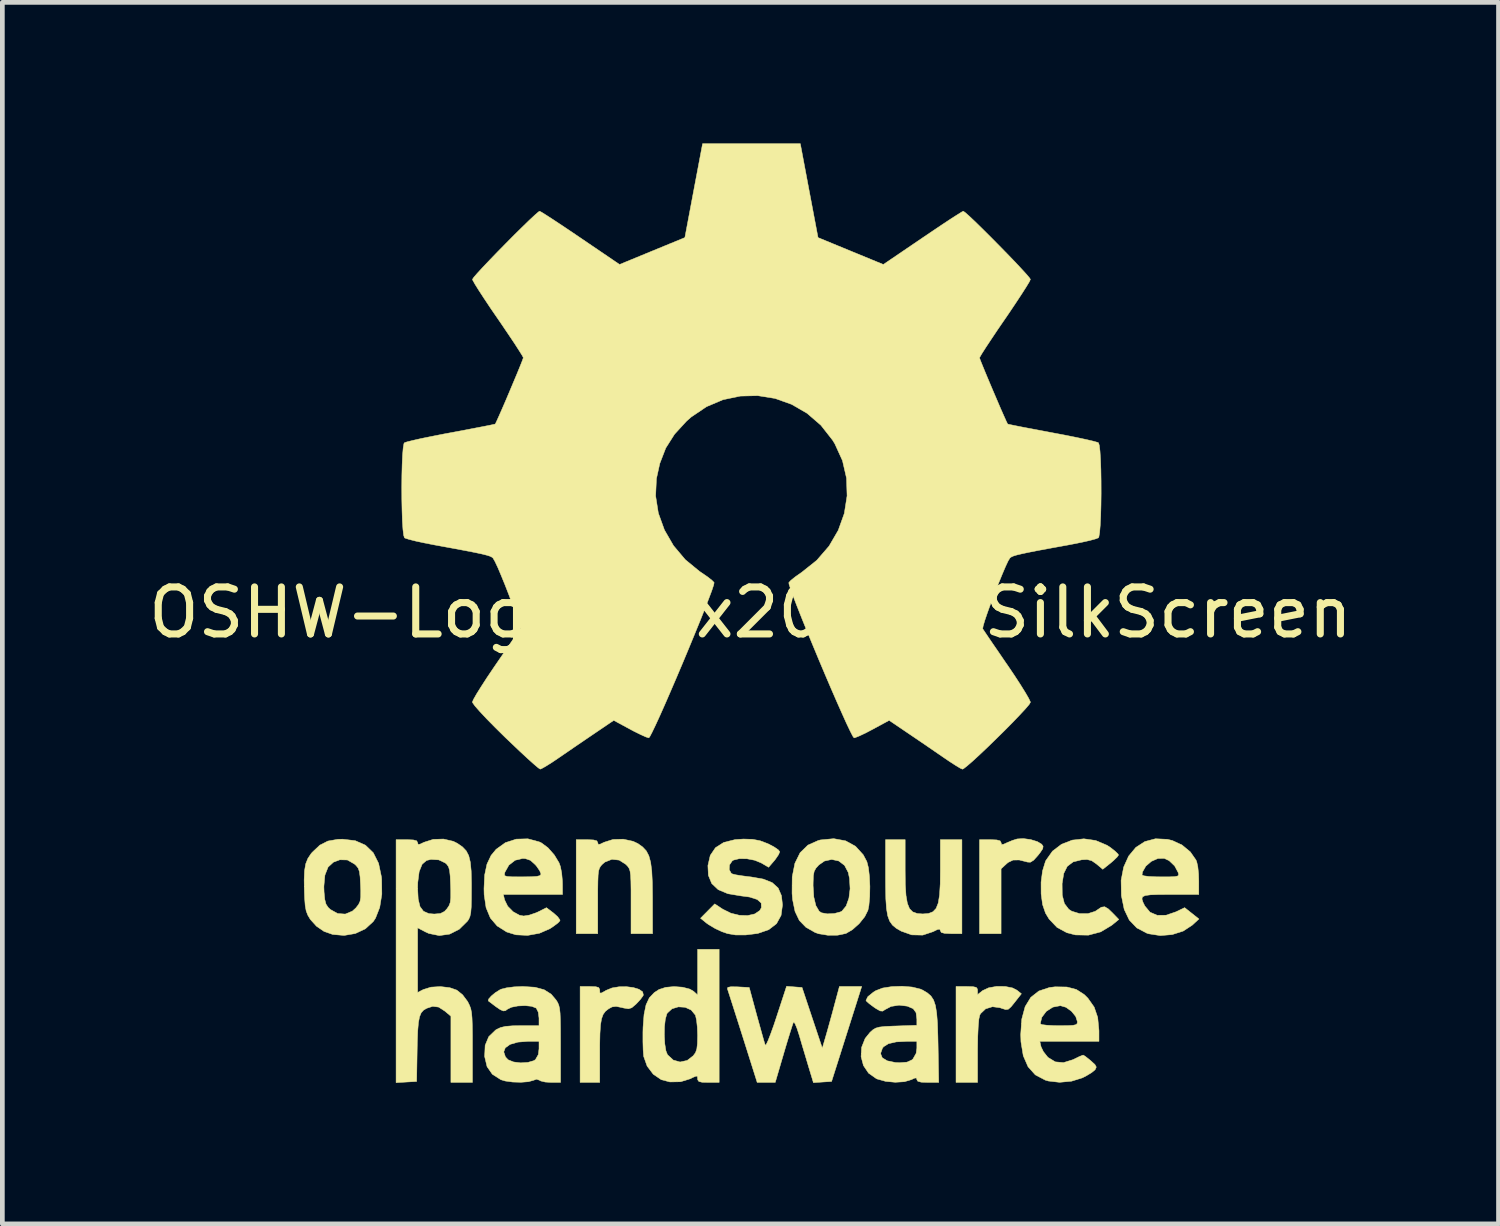
<source format=kicad_pcb>
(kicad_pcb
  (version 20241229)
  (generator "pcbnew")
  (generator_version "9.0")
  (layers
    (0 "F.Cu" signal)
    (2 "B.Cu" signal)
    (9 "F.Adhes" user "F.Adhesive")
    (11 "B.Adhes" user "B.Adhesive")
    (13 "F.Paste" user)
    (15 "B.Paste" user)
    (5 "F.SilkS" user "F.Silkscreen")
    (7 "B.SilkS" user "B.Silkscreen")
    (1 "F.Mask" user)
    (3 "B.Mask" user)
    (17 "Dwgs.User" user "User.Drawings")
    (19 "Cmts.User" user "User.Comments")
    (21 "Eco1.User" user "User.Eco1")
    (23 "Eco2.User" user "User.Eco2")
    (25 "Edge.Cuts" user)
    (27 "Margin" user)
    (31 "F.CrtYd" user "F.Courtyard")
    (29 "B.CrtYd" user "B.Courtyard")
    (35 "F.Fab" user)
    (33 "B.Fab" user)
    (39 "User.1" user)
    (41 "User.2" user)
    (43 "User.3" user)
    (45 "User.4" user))
  (footprint "OSHW-Logo_19x20mm_SilkScreen"
    (layer "F.Cu")
    (at 12.911 9.978)
    (property "Reference" "OSHW-Logo_19x20mm_SilkScreen" (at 0 0 0) (layer "F.SilkS") (effects (font (size 1 1) (thickness 0.15))))
    (attr board_only exclude_from_pos_files exclude_from_bom allow_missing_courtyard)
    (fp_poly (pts (xy 5.959 4.828) (xy 6.102 4.872) (xy 6.194 4.927) (xy 6.224 4.971) (xy 6.216 5.023) (xy 6.162 5.104) (xy 6.117 5.162) (xy 6.024 5.266) (xy 5.953 5.31) (xy 5.893 5.307) (xy 5.716 5.262) (xy 5.585 5.264) (xy 5.479 5.315) (xy 5.444 5.345) (xy 5.33 5.451) (xy 5.33 6.829) (xy 4.872 6.829) (xy 4.872 4.83) (xy 5.101 4.83) (xy 5.238 4.836) (xy 5.309 4.855) (xy 5.33 4.893) (xy 5.33 4.894) (xy 5.34 4.933) (xy 5.383 4.928) (xy 5.444 4.9) (xy 5.57 4.847) (xy 5.672 4.815) (xy 5.803 4.807) (xy 5.959 4.828)) (stroke (width 0.01) (type solid)) (fill yes) (layer "F.SilkS"))
    (fp_poly (pts (xy 5.415 7.952) (xy 5.575 7.984) (xy 5.666 8.031) (xy 5.762 8.108) (xy 5.626 8.281) (xy 5.542 8.385) (xy 5.485 8.436) (xy 5.428 8.444) (xy 5.345 8.418) (xy 5.306 8.404) (xy 5.147 8.383) (xy 5.001 8.428) (xy 4.895 8.529) (xy 4.877 8.562) (xy 4.858 8.647) (xy 4.844 8.805) (xy 4.834 9.023) (xy 4.83 9.291) (xy 4.83 9.329) (xy 4.83 9.993) (xy 4.372 9.993) (xy 4.372 7.953) (xy 4.601 7.953) (xy 4.733 7.957) (xy 4.802 7.972) (xy 4.827 8.007) (xy 4.83 8.039) (xy 4.83 8.126) (xy 4.94 8.039) (xy 5.066 7.981) (xy 5.235 7.951) (xy 5.415 7.952)) (stroke (width 0.01) (type solid)) (fill yes) (layer "F.SilkS"))
    (fp_poly (pts (xy -3.289 7.958) (xy -3.227 7.976) (xy -3.207 8.017) (xy -3.206 8.036) (xy -3.203 8.087) (xy -3.178 8.095) (xy -3.111 8.06) (xy -3.071 8.036) (xy -2.945 7.984) (xy -2.795 7.959) (xy -2.638 7.957) (xy -2.49 7.976) (xy -2.37 8.013) (xy -2.293 8.067) (xy -2.278 8.134) (xy -2.286 8.152) (xy -2.341 8.228) (xy -2.427 8.321) (xy -2.443 8.336) (xy -2.525 8.405) (xy -2.595 8.427) (xy -2.694 8.411) (xy -2.734 8.401) (xy -2.857 8.376) (xy -2.943 8.387) (xy -3.017 8.427) (xy -3.084 8.479) (xy -3.133 8.546) (xy -3.167 8.639) (xy -3.189 8.77) (xy -3.201 8.954) (xy -3.206 9.201) (xy -3.206 9.351) (xy -3.206 9.993) (xy -3.623 9.993) (xy -3.623 7.953) (xy -3.414 7.953) (xy -3.289 7.958)) (stroke (width 0.01) (type solid)) (fill yes) (layer "F.SilkS"))
    (fp_poly (pts (xy 3.29 5.478) (xy 3.293 5.784) (xy 3.308 6.016) (xy 3.337 6.184) (xy 3.383 6.298) (xy 3.452 6.367) (xy 3.547 6.401) (xy 3.664 6.41) (xy 3.787 6.4) (xy 3.88 6.364) (xy 3.948 6.293) (xy 3.994 6.177) (xy 4.022 6.005) (xy 4.036 5.77) (xy 4.039 5.478) (xy 4.039 4.83) (xy 4.497 4.83) (xy 4.497 6.829) (xy 4.268 6.829) (xy 4.13 6.823) (xy 4.059 6.804) (xy 4.039 6.766) (xy 4.027 6.733) (xy 3.979 6.74) (xy 3.883 6.787) (xy 3.664 6.86) (xy 3.43 6.855) (xy 3.207 6.776) (xy 3.1 6.714) (xy 3.019 6.646) (xy 2.96 6.562) (xy 2.919 6.449) (xy 2.893 6.296) (xy 2.879 6.09) (xy 2.874 5.82) (xy 2.873 5.612) (xy 2.873 4.83) (xy 3.29 4.83) (xy 3.29 5.478)) (stroke (width 0.01) (type solid)) (fill yes) (layer "F.SilkS"))
    (fp_poly (pts (xy -2.497 4.865) (xy -2.393 4.914) (xy -2.293 4.986) (xy -2.216 5.068) (xy -2.161 5.173) (xy -2.123 5.312) (xy -2.099 5.498) (xy -2.087 5.742) (xy -2.083 6.057) (xy -2.083 6.09) (xy -2.082 6.829) (xy -2.54 6.829) (xy -2.54 6.147) (xy -2.54 5.895) (xy -2.543 5.712) (xy -2.549 5.585) (xy -2.561 5.499) (xy -2.58 5.442) (xy -2.609 5.399) (xy -2.65 5.356) (xy -2.792 5.265) (xy -2.947 5.248) (xy -3.094 5.306) (xy -3.146 5.349) (xy -3.183 5.389) (xy -3.21 5.433) (xy -3.229 5.492) (xy -3.24 5.582) (xy -3.245 5.716) (xy -3.248 5.907) (xy -3.248 6.14) (xy -3.248 6.829) (xy -3.706 6.829) (xy -3.706 4.83) (xy -3.477 4.83) (xy -3.339 4.836) (xy -3.268 4.855) (xy -3.248 4.893) (xy -3.248 4.894) (xy -3.238 4.931) (xy -3.196 4.926) (xy -3.113 4.886) (xy -2.923 4.826) (xy -2.706 4.82) (xy -2.497 4.865)) (stroke (width 0.01) (type solid)) (fill yes) (layer "F.SilkS"))
    (fp_poly (pts (xy 7.342 4.848) (xy 7.584 4.95) (xy 7.66 5) (xy 7.757 5.077) (xy 7.818 5.137) (xy 7.828 5.157) (xy 7.798 5.2) (xy 7.722 5.274) (xy 7.661 5.326) (xy 7.493 5.46) (xy 7.361 5.349) (xy 7.258 5.277) (xy 7.159 5.252) (xy 7.044 5.258) (xy 6.863 5.303) (xy 6.738 5.397) (xy 6.663 5.548) (xy 6.628 5.766) (xy 6.628 5.766) (xy 6.631 6.01) (xy 6.677 6.189) (xy 6.77 6.311) (xy 6.833 6.352) (xy 7 6.403) (xy 7.178 6.403) (xy 7.333 6.354) (xy 7.37 6.329) (xy 7.462 6.267) (xy 7.534 6.257) (xy 7.612 6.303) (xy 7.698 6.386) (xy 7.834 6.527) (xy 7.683 6.651) (xy 7.45 6.791) (xy 7.187 6.861) (xy 6.912 6.856) (xy 6.731 6.81) (xy 6.52 6.696) (xy 6.351 6.518) (xy 6.275 6.392) (xy 6.213 6.211) (xy 6.182 5.982) (xy 6.181 5.734) (xy 6.212 5.495) (xy 6.273 5.296) (xy 6.282 5.275) (xy 6.424 5.074) (xy 6.616 4.928) (xy 6.843 4.84) (xy 7.091 4.812) (xy 7.342 4.848)) (stroke (width 0.01) (type solid)) (fill yes) (layer "F.SilkS"))
    (fp_poly (pts (xy 2.023 4.855) (xy 2.233 4.97) (xy 2.398 5.151) (xy 2.476 5.298) (xy 2.509 5.428) (xy 2.53 5.613) (xy 2.54 5.827) (xy 2.536 6.042) (xy 2.519 6.23) (xy 2.499 6.331) (xy 2.431 6.468) (xy 2.313 6.615) (xy 2.171 6.742) (xy 2.031 6.825) (xy 2.027 6.826) (xy 1.853 6.862) (xy 1.646 6.863) (xy 1.45 6.831) (xy 1.374 6.804) (xy 1.179 6.693) (xy 1.039 6.548) (xy 0.948 6.357) (xy 0.896 6.105) (xy 0.885 5.973) (xy 0.886 5.808) (xy 1.332 5.808) (xy 1.347 6.049) (xy 1.391 6.233) (xy 1.46 6.351) (xy 1.509 6.385) (xy 1.634 6.408) (xy 1.783 6.401) (xy 1.912 6.367) (xy 1.946 6.349) (xy 2.035 6.241) (xy 2.094 6.075) (xy 2.119 5.874) (xy 2.107 5.658) (xy 2.08 5.528) (xy 2.001 5.377) (xy 1.877 5.283) (xy 1.728 5.251) (xy 1.573 5.285) (xy 1.454 5.368) (xy 1.392 5.437) (xy 1.355 5.505) (xy 1.338 5.597) (xy 1.333 5.738) (xy 1.332 5.808) (xy 0.886 5.808) (xy 0.888 5.621) (xy 0.945 5.333) (xy 1.056 5.108) (xy 1.222 4.946) (xy 1.442 4.848) (xy 1.489 4.836) (xy 1.772 4.809) (xy 2.023 4.855)) (stroke (width 0.01) (type solid)) (fill yes) (layer "F.SilkS"))
    (fp_poly (pts (xy 1.097 7.974) (xy 1.312 8.619) (xy 1.528 9.265) (xy 1.595 9.036) (xy 1.636 8.894) (xy 1.689 8.703) (xy 1.747 8.493) (xy 1.777 8.38) (xy 1.892 7.953) (xy 2.366 7.953) (xy 2.224 8.401) (xy 2.154 8.621) (xy 2.07 8.886) (xy 1.982 9.163) (xy 1.904 9.41) (xy 1.725 9.973) (xy 1.532 9.985) (xy 1.339 9.998) (xy 1.234 9.652) (xy 1.17 9.437) (xy 1.099 9.201) (xy 1.038 8.992) (xy 1.035 8.983) (xy 0.989 8.842) (xy 0.949 8.745) (xy 0.92 8.708) (xy 0.914 8.713) (xy 0.894 8.769) (xy 0.855 8.891) (xy 0.802 9.061) (xy 0.74 9.266) (xy 0.707 9.379) (xy 0.527 9.993) (xy 0.143 9.993) (xy -0.163 9.025) (xy -0.249 8.754) (xy -0.328 8.507) (xy -0.395 8.297) (xy -0.447 8.135) (xy -0.48 8.033) (xy -0.49 8.003) (xy -0.482 7.972) (xy -0.419 7.959) (xy -0.289 7.96) (xy -0.268 7.961) (xy -0.026 7.974) (xy 0.132 8.557) (xy 0.191 8.769) (xy 0.243 8.956) (xy 0.284 9.101) (xy 0.31 9.188) (xy 0.315 9.202) (xy 0.335 9.186) (xy 0.375 9.102) (xy 0.43 8.961) (xy 0.497 8.775) (xy 0.553 8.607) (xy 0.768 7.949) (xy 1.097 7.974)) (stroke (width 0.01) (type solid)) (fill yes) (layer "F.SilkS"))
    (fp_poly (pts (xy -8.405 4.852) (xy -8.188 4.948) (xy -8.022 5.109) (xy -7.909 5.334) (xy -7.848 5.625) (xy -7.844 5.67) (xy -7.84 5.99) (xy -7.885 6.271) (xy -7.974 6.498) (xy -8.022 6.571) (xy -8.19 6.726) (xy -8.403 6.826) (xy -8.642 6.867) (xy -8.885 6.846) (xy -9.07 6.781) (xy -9.23 6.671) (xy -9.36 6.527) (xy -9.362 6.524) (xy -9.415 6.435) (xy -9.449 6.346) (xy -9.47 6.233) (xy -9.482 6.074) (xy -9.487 5.944) (xy -9.49 5.826) (xy -9.073 5.826) (xy -9.069 5.943) (xy -9.054 6.1) (xy -9.028 6.201) (xy -8.981 6.272) (xy -8.937 6.314) (xy -8.781 6.401) (xy -8.618 6.413) (xy -8.466 6.35) (xy -8.39 6.28) (xy -8.335 6.209) (xy -8.303 6.141) (xy -8.289 6.052) (xy -8.288 5.919) (xy -8.293 5.797) (xy -8.302 5.623) (xy -8.317 5.51) (xy -8.343 5.436) (xy -8.388 5.379) (xy -8.424 5.347) (xy -8.573 5.262) (xy -8.733 5.258) (xy -8.868 5.308) (xy -8.983 5.413) (xy -9.051 5.585) (xy -9.073 5.826) (xy -9.49 5.826) (xy -9.492 5.685) (xy -9.484 5.491) (xy -9.459 5.345) (xy -9.413 5.23) (xy -9.345 5.128) (xy -9.319 5.098) (xy -9.159 4.947) (xy -8.988 4.86) (xy -8.778 4.823) (xy -8.676 4.82) (xy -8.405 4.852)) (stroke (width 0.01) (type solid)) (fill yes) (layer "F.SilkS"))
    (fp_poly (pts (xy -0.666 9.993) (xy -0.895 9.993) (xy -1.028 9.99) (xy -1.097 9.973) (xy -1.122 9.938) (xy -1.124 9.915) (xy -1.128 9.867) (xy -1.155 9.858) (xy -1.225 9.887) (xy -1.279 9.915) (xy -1.487 9.979) (xy -1.713 9.983) (xy -1.897 9.935) (xy -2.068 9.818) (xy -2.198 9.646) (xy -2.27 9.443) (xy -2.272 9.431) (xy -2.282 9.307) (xy -2.287 9.129) (xy -2.287 8.994) (xy -1.832 8.994) (xy -1.822 9.173) (xy -1.798 9.321) (xy -1.765 9.404) (xy -1.642 9.518) (xy -1.497 9.559) (xy -1.346 9.526) (xy -1.218 9.427) (xy -1.169 9.361) (xy -1.141 9.282) (xy -1.128 9.167) (xy -1.124 8.994) (xy -1.13 8.822) (xy -1.146 8.672) (xy -1.168 8.571) (xy -1.171 8.562) (xy -1.26 8.454) (xy -1.389 8.395) (xy -1.534 8.386) (xy -1.669 8.427) (xy -1.769 8.519) (xy -1.779 8.537) (xy -1.811 8.65) (xy -1.829 8.811) (xy -1.832 8.994) (xy -2.287 8.994) (xy -2.287 8.926) (xy -2.284 8.817) (xy -2.263 8.547) (xy -2.221 8.344) (xy -2.151 8.194) (xy -2.046 8.083) (xy -1.945 8.017) (xy -1.803 7.971) (xy -1.626 7.955) (xy -1.445 7.968) (xy -1.291 8.008) (xy -1.209 8.056) (xy -1.124 8.133) (xy -1.124 7.162) (xy -0.666 7.162) (xy -0.666 9.993)) (stroke (width 0.01) (type solid)) (fill yes) (layer "F.SilkS"))
    (fp_poly (pts (xy 8.868 4.823) (xy 8.974 4.849) (xy 9.179 4.944) (xy 9.354 5.089) (xy 9.475 5.262) (xy 9.491 5.301) (xy 9.514 5.403) (xy 9.53 5.555) (xy 9.535 5.707) (xy 9.535 5.996) (xy 8.932 5.996) (xy 8.683 5.997) (xy 8.507 6.003) (xy 8.396 6.018) (xy 8.338 6.046) (xy 8.326 6.092) (xy 8.348 6.16) (xy 8.387 6.24) (xy 8.498 6.373) (xy 8.651 6.439) (xy 8.838 6.437) (xy 9.05 6.365) (xy 9.234 6.276) (xy 9.386 6.396) (xy 9.538 6.517) (xy 9.395 6.649) (xy 9.204 6.774) (xy 8.969 6.849) (xy 8.716 6.87) (xy 8.471 6.832) (xy 8.432 6.82) (xy 8.217 6.707) (xy 8.057 6.54) (xy 7.949 6.313) (xy 7.889 6.02) (xy 7.889 6.014) (xy 7.883 5.695) (xy 7.905 5.582) (xy 8.328 5.582) (xy 8.367 5.599) (xy 8.472 5.613) (xy 8.628 5.62) (xy 8.726 5.621) (xy 8.91 5.621) (xy 9.025 5.616) (xy 9.085 5.604) (xy 9.106 5.581) (xy 9.101 5.542) (xy 9.096 5.528) (xy 9.022 5.389) (xy 8.905 5.277) (xy 8.801 5.228) (xy 8.664 5.231) (xy 8.525 5.292) (xy 8.408 5.394) (xy 8.338 5.517) (xy 8.328 5.582) (xy 7.905 5.582) (xy 7.937 5.415) (xy 8.043 5.18) (xy 8.195 4.996) (xy 8.387 4.871) (xy 8.614 4.811) (xy 8.868 4.823)) (stroke (width 0.01) (type solid)) (fill yes) (layer "F.SilkS"))
    (fp_poly (pts (xy 0.046 4.823) (xy 0.204 4.853) (xy 0.368 4.915) (xy 0.385 4.923) (xy 0.509 4.989) (xy 0.595 5.049) (xy 0.623 5.088) (xy 0.596 5.151) (xy 0.532 5.245) (xy 0.504 5.28) (xy 0.386 5.417) (xy 0.235 5.328) (xy 0.091 5.268) (xy -0.076 5.236) (xy -0.236 5.234) (xy -0.359 5.264) (xy -0.389 5.283) (xy -0.446 5.368) (xy -0.452 5.467) (xy -0.41 5.544) (xy -0.385 5.559) (xy -0.31 5.578) (xy -0.178 5.599) (xy -0.016 5.62) (xy 0.014 5.623) (xy 0.275 5.669) (xy 0.464 5.745) (xy 0.59 5.86) (xy 0.659 6.021) (xy 0.681 6.218) (xy 0.651 6.441) (xy 0.554 6.617) (xy 0.388 6.745) (xy 0.155 6.825) (xy -0.104 6.857) (xy -0.315 6.857) (xy -0.487 6.828) (xy -0.604 6.788) (xy -0.752 6.719) (xy -0.888 6.638) (xy -0.937 6.603) (xy -1.062 6.501) (xy -0.76 6.196) (xy -0.589 6.309) (xy -0.417 6.394) (xy -0.234 6.439) (xy -0.058 6.444) (xy 0.093 6.409) (xy 0.199 6.337) (xy 0.233 6.275) (xy 0.228 6.177) (xy 0.143 6.102) (xy -0.022 6.05) (xy -0.202 6.026) (xy -0.479 5.98) (xy -0.685 5.894) (xy -0.823 5.764) (xy -0.895 5.589) (xy -0.905 5.382) (xy -0.855 5.165) (xy -0.744 5.001) (xy -0.568 4.889) (xy -0.327 4.829) (xy -0.149 4.817) (xy 0.046 4.823)) (stroke (width 0.01) (type solid)) (fill yes) (layer "F.SilkS"))
    (fp_poly (pts (xy 6.731 7.964) (xy 6.93 8.016) (xy 7.097 8.123) (xy 7.177 8.202) (xy 7.31 8.391) (xy 7.385 8.61) (xy 7.411 8.879) (xy 7.412 8.9) (xy 7.412 9.119) (xy 6.154 9.119) (xy 6.18 9.234) (xy 6.229 9.337) (xy 6.314 9.445) (xy 6.331 9.463) (xy 6.484 9.556) (xy 6.657 9.572) (xy 6.857 9.51) (xy 6.891 9.494) (xy 6.995 9.443) (xy 7.065 9.415) (xy 7.077 9.412) (xy 7.12 9.438) (xy 7.2 9.501) (xy 7.241 9.535) (xy 7.327 9.614) (xy 7.355 9.666) (xy 7.335 9.714) (xy 7.325 9.728) (xy 7.255 9.785) (xy 7.139 9.855) (xy 7.058 9.896) (xy 6.829 9.967) (xy 6.575 9.991) (xy 6.334 9.963) (xy 6.267 9.943) (xy 6.058 9.832) (xy 5.904 9.66) (xy 5.802 9.426) (xy 5.753 9.129) (xy 5.748 8.973) (xy 5.763 8.747) (xy 6.163 8.747) (xy 6.201 8.764) (xy 6.305 8.777) (xy 6.456 8.785) (xy 6.558 8.786) (xy 6.742 8.785) (xy 6.858 8.779) (xy 6.922 8.765) (xy 6.949 8.74) (xy 6.954 8.703) (xy 6.918 8.591) (xy 6.828 8.48) (xy 6.71 8.395) (xy 6.592 8.361) (xy 6.431 8.392) (xy 6.292 8.481) (xy 6.196 8.609) (xy 6.163 8.747) (xy 5.763 8.747) (xy 5.771 8.644) (xy 5.842 8.381) (xy 5.962 8.184) (xy 6.134 8.049) (xy 6.358 7.975) (xy 6.479 7.96) (xy 6.731 7.964)) (stroke (width 0.01) (type solid)) (fill yes) (layer "F.SilkS"))
    (fp_poly (pts (xy -4.493 4.877) (xy -4.451 4.896) (xy -4.308 5.001) (xy -4.172 5.155) (xy -4.07 5.324) (xy -4.042 5.402) (xy -4.015 5.54) (xy -4 5.708) (xy -3.998 5.777) (xy -3.997 5.996) (xy -5.256 5.996) (xy -5.229 6.111) (xy -5.163 6.246) (xy -5.048 6.363) (xy -4.911 6.438) (xy -4.824 6.454) (xy -4.705 6.435) (xy -4.564 6.387) (xy -4.516 6.366) (xy -4.339 6.277) (xy -4.187 6.392) (xy -4.1 6.47) (xy -4.054 6.535) (xy -4.051 6.554) (xy -4.093 6.6) (xy -4.184 6.669) (xy -4.266 6.724) (xy -4.489 6.821) (xy -4.739 6.866) (xy -4.987 6.854) (xy -5.184 6.794) (xy -5.388 6.665) (xy -5.532 6.496) (xy -5.623 6.276) (xy -5.664 5.998) (xy -5.667 5.871) (xy -5.653 5.579) (xy -5.651 5.571) (xy -5.234 5.571) (xy -5.223 5.598) (xy -5.175 5.613) (xy -5.078 5.62) (xy -4.916 5.621) (xy -4.854 5.621) (xy -4.664 5.619) (xy -4.544 5.611) (xy -4.479 5.595) (xy -4.456 5.568) (xy -4.455 5.56) (xy -4.482 5.492) (xy -4.547 5.397) (xy -4.575 5.364) (xy -4.679 5.27) (xy -4.788 5.233) (xy -4.847 5.23) (xy -5.005 5.268) (xy -5.138 5.372) (xy -5.223 5.523) (xy -5.224 5.528) (xy -5.234 5.571) (xy -5.651 5.571) (xy -5.604 5.35) (xy -5.517 5.166) (xy -5.41 5.036) (xy -5.213 4.894) (xy -4.981 4.819) (xy -4.734 4.812) (xy -4.493 4.877)) (stroke (width 0.01) (type solid)) (fill yes) (layer "F.SilkS"))
    (fp_poly (pts (xy 3.439 7.965) (xy 3.614 8.008) (xy 3.665 8.031) (xy 3.763 8.09) (xy 3.839 8.156) (xy 3.895 8.242) (xy 3.934 8.358) (xy 3.96 8.517) (xy 3.977 8.729) (xy 3.986 9.007) (xy 3.99 9.192) (xy 4.004 9.993) (xy 3.772 9.993) (xy 3.631 9.988) (xy 3.558 9.967) (xy 3.539 9.933) (xy 3.529 9.897) (xy 3.485 9.904) (xy 3.425 9.933) (xy 3.274 9.978) (xy 3.08 9.99) (xy 2.876 9.971) (xy 2.694 9.92) (xy 2.678 9.913) (xy 2.512 9.796) (xy 2.403 9.634) (xy 2.353 9.445) (xy 2.357 9.378) (xy 2.767 9.378) (xy 2.803 9.469) (xy 2.91 9.534) (xy 3.083 9.57) (xy 3.175 9.574) (xy 3.329 9.562) (xy 3.431 9.516) (xy 3.456 9.494) (xy 3.524 9.374) (xy 3.539 9.265) (xy 3.539 9.119) (xy 3.336 9.119) (xy 3.1 9.131) (xy 2.935 9.169) (xy 2.83 9.235) (xy 2.807 9.265) (xy 2.767 9.378) (xy 2.357 9.378) (xy 2.364 9.247) (xy 2.439 9.058) (xy 2.542 8.93) (xy 2.604 8.874) (xy 2.665 8.838) (xy 2.744 8.816) (xy 2.861 8.803) (xy 3.036 8.795) (xy 3.105 8.793) (xy 3.539 8.778) (xy 3.539 8.647) (xy 3.522 8.509) (xy 3.461 8.425) (xy 3.338 8.372) (xy 3.335 8.371) (xy 3.161 8.35) (xy 2.99 8.377) (xy 2.863 8.444) (xy 2.812 8.477) (xy 2.758 8.472) (xy 2.673 8.424) (xy 2.624 8.391) (xy 2.527 8.319) (xy 2.467 8.265) (xy 2.457 8.249) (xy 2.497 8.169) (xy 2.614 8.074) (xy 2.665 8.042) (xy 2.811 7.986) (xy 3.008 7.955) (xy 3.227 7.948) (xy 3.439 7.965)) (stroke (width 0.01) (type solid)) (fill yes) (layer "F.SilkS"))
    (fp_poly (pts (xy -4.584 7.969) (xy -4.388 8.022) (xy -4.239 8.116) (xy -4.134 8.24) (xy -4.101 8.293) (xy -4.077 8.349) (xy -4.06 8.42) (xy -4.049 8.519) (xy -4.043 8.66) (xy -4.04 8.855) (xy -4.039 9.118) (xy -4.039 9.188) (xy -4.039 9.993) (xy -4.239 9.993) (xy -4.366 9.985) (xy -4.461 9.962) (xy -4.484 9.948) (xy -4.549 9.924) (xy -4.615 9.948) (xy -4.723 9.978) (xy -4.881 9.99) (xy -5.056 9.985) (xy -5.216 9.963) (xy -5.309 9.935) (xy -5.49 9.819) (xy -5.602 9.658) (xy -5.653 9.444) (xy -5.654 9.438) (xy -5.649 9.344) (xy -5.247 9.344) (xy -5.211 9.451) (xy -5.154 9.512) (xy -5.039 9.558) (xy -4.887 9.577) (xy -4.732 9.567) (xy -4.608 9.531) (xy -4.573 9.508) (xy -4.512 9.401) (xy -4.497 9.279) (xy -4.497 9.119) (xy -4.727 9.119) (xy -4.946 9.136) (xy -5.112 9.184) (xy -5.215 9.258) (xy -5.247 9.344) (xy -5.649 9.344) (xy -5.643 9.205) (xy -5.566 9.02) (xy -5.421 8.88) (xy -5.401 8.867) (xy -5.315 8.826) (xy -5.208 8.801) (xy -5.059 8.789) (xy -4.882 8.786) (xy -4.497 8.786) (xy -4.497 8.624) (xy -4.513 8.499) (xy -4.555 8.415) (xy -4.56 8.411) (xy -4.653 8.374) (xy -4.793 8.36) (xy -4.948 8.367) (xy -5.084 8.394) (xy -5.166 8.434) (xy -5.21 8.467) (xy -5.256 8.473) (xy -5.32 8.446) (xy -5.417 8.38) (xy -5.563 8.269) (xy -5.576 8.259) (xy -5.569 8.22) (xy -5.512 8.156) (xy -5.426 8.084) (xy -5.33 8.024) (xy -5.3 8.01) (xy -5.19 7.982) (xy -5.03 7.961) (xy -4.85 7.953) (xy -4.842 7.953) (xy -4.584 7.969)) (stroke (width 0.01) (type solid)) (fill yes) (layer "F.SilkS"))
    (fp_poly (pts (xy -6.321 4.865) (xy -6.233 4.909) (xy -6.125 4.984) (xy -6.046 5.067) (xy -5.992 5.17) (xy -5.958 5.309) (xy -5.94 5.497) (xy -5.934 5.749) (xy -5.934 5.858) (xy -5.935 6.095) (xy -5.939 6.265) (xy -5.949 6.383) (xy -5.966 6.463) (xy -5.992 6.523) (xy -6.019 6.563) (xy -6.193 6.735) (xy -6.398 6.839) (xy -6.618 6.87) (xy -6.84 6.825) (xy -6.91 6.793) (xy -7.079 6.705) (xy -7.079 8.08) (xy -6.956 8.017) (xy -6.794 7.967) (xy -6.595 7.955) (xy -6.396 7.978) (xy -6.246 8.03) (xy -6.122 8.13) (xy -6.016 8.272) (xy -6.008 8.287) (xy -5.974 8.356) (xy -5.949 8.425) (xy -5.932 8.509) (xy -5.922 8.622) (xy -5.916 8.778) (xy -5.913 8.99) (xy -5.913 9.23) (xy -5.913 9.993) (xy -6.371 9.993) (xy -6.371 8.585) (xy -6.499 8.477) (xy -6.632 8.391) (xy -6.758 8.375) (xy -6.885 8.416) (xy -6.952 8.455) (xy -7.003 8.512) (xy -7.038 8.597) (xy -7.062 8.722) (xy -7.077 8.901) (xy -7.086 9.144) (xy -7.089 9.306) (xy -7.1 9.973) (xy -7.318 9.985) (xy -7.537 9.998) (xy -7.537 5.863) (xy -7.079 5.863) (xy -7.067 6.094) (xy -7.028 6.254) (xy -6.954 6.353) (xy -6.84 6.403) (xy -6.725 6.412) (xy -6.594 6.401) (xy -6.508 6.357) (xy -6.453 6.298) (xy -6.411 6.235) (xy -6.385 6.165) (xy -6.374 6.066) (xy -6.374 5.918) (xy -6.378 5.795) (xy -6.386 5.608) (xy -6.399 5.486) (xy -6.421 5.408) (xy -6.457 5.356) (xy -6.49 5.326) (xy -6.629 5.26) (xy -6.795 5.25) (xy -6.889 5.272) (xy -6.983 5.353) (xy -7.046 5.509) (xy -7.076 5.741) (xy -7.079 5.863) (xy -7.537 5.863) (xy -7.537 4.83) (xy -7.308 4.83) (xy -7.17 4.836) (xy -7.099 4.855) (xy -7.079 4.893) (xy -7.079 4.894) (xy -7.069 4.931) (xy -7.027 4.926) (xy -6.943 4.886) (xy -6.748 4.824) (xy -6.529 4.817) (xy -6.321 4.865)) (stroke (width 0.01) (type solid)) (fill yes) (layer "F.SilkS"))
    (fp_poly (pts (xy 1.248 -8.974) (xy 1.437 -7.975) (xy 2.131 -7.689) (xy 2.826 -7.403) (xy 3.659 -7.969) (xy 3.893 -8.127) (xy 4.103 -8.268) (xy 4.282 -8.386) (xy 4.419 -8.473) (xy 4.503 -8.525) (xy 4.526 -8.536) (xy 4.568 -8.507) (xy 4.657 -8.428) (xy 4.783 -8.309) (xy 4.936 -8.159) (xy 5.107 -7.989) (xy 5.285 -7.809) (xy 5.46 -7.63) (xy 5.624 -7.46) (xy 5.764 -7.31) (xy 5.873 -7.191) (xy 5.939 -7.112) (xy 5.954 -7.086) (xy 5.932 -7.037) (xy 5.868 -6.931) (xy 5.77 -6.777) (xy 5.644 -6.586) (xy 5.498 -6.368) (xy 5.413 -6.244) (xy 5.258 -6.018) (xy 5.121 -5.813) (xy 5.007 -5.641) (xy 4.924 -5.511) (xy 4.879 -5.434) (xy 4.872 -5.418) (xy 4.887 -5.372) (xy 4.93 -5.265) (xy 4.993 -5.111) (xy 5.07 -4.927) (xy 5.155 -4.726) (xy 5.241 -4.525) (xy 5.321 -4.338) (xy 5.391 -4.18) (xy 5.442 -4.066) (xy 5.469 -4.012) (xy 5.47 -4.009) (xy 5.513 -3.999) (xy 5.625 -3.976) (xy 5.796 -3.942) (xy 6.014 -3.901) (xy 6.268 -3.853) (xy 6.415 -3.825) (xy 6.686 -3.774) (xy 6.93 -3.725) (xy 7.136 -3.681) (xy 7.291 -3.645) (xy 7.383 -3.619) (xy 7.401 -3.611) (xy 7.419 -3.557) (xy 7.434 -3.433) (xy 7.445 -3.256) (xy 7.453 -3.038) (xy 7.457 -2.795) (xy 7.458 -2.541) (xy 7.455 -2.29) (xy 7.449 -2.057) (xy 7.439 -1.856) (xy 7.426 -1.702) (xy 7.41 -1.609) (xy 7.4 -1.59) (xy 7.341 -1.567) (xy 7.217 -1.533) (xy 7.043 -1.494) (xy 6.837 -1.453) (xy 6.765 -1.439) (xy 6.418 -1.376) (xy 6.143 -1.325) (xy 5.933 -1.284) (xy 5.777 -1.251) (xy 5.667 -1.225) (xy 5.594 -1.203) (xy 5.549 -1.183) (xy 5.522 -1.163) (xy 5.518 -1.159) (xy 5.48 -1.097) (xy 5.423 -0.975) (xy 5.352 -0.808) (xy 5.272 -0.612) (xy 5.189 -0.402) (xy 5.11 -0.192) (xy 5.04 0.002) (xy 4.984 0.166) (xy 4.949 0.285) (xy 4.939 0.344) (xy 4.94 0.346) (xy 4.972 0.394) (xy 5.043 0.5) (xy 5.146 0.652) (xy 5.275 0.839) (xy 5.42 1.052) (xy 5.462 1.112) (xy 5.61 1.331) (xy 5.74 1.531) (xy 5.845 1.7) (xy 5.918 1.826) (xy 5.953 1.9) (xy 5.954 1.909) (xy 5.926 1.956) (xy 5.846 2.05) (xy 5.725 2.18) (xy 5.575 2.337) (xy 5.404 2.51) (xy 5.223 2.688) (xy 5.043 2.863) (xy 4.873 3.024) (xy 4.724 3.161) (xy 4.606 3.263) (xy 4.53 3.322) (xy 4.509 3.331) (xy 4.46 3.309) (xy 4.359 3.248) (xy 4.223 3.16) (xy 4.119 3.089) (xy 3.929 2.959) (xy 3.705 2.805) (xy 3.48 2.652) (xy 3.359 2.57) (xy 2.95 2.293) (xy 2.606 2.479) (xy 2.45 2.561) (xy 2.316 2.624) (xy 2.226 2.66) (xy 2.203 2.665) (xy 2.176 2.628) (xy 2.122 2.523) (xy 2.044 2.36) (xy 1.949 2.149) (xy 1.838 1.899) (xy 1.717 1.621) (xy 1.589 1.322) (xy 1.459 1.014) (xy 1.331 0.706) (xy 1.208 0.408) (xy 1.095 0.129) (xy 0.996 -0.121) (xy 0.914 -0.333) (xy 0.855 -0.496) (xy 0.821 -0.601) (xy 0.816 -0.637) (xy 0.859 -0.684) (xy 0.952 -0.759) (xy 1.077 -0.847) (xy 1.088 -0.854) (xy 1.411 -1.112) (xy 1.672 -1.414) (xy 1.867 -1.749) (xy 1.996 -2.108) (xy 2.055 -2.482) (xy 2.043 -2.859) (xy 1.957 -3.232) (xy 1.794 -3.59) (xy 1.746 -3.668) (xy 1.498 -3.984) (xy 1.204 -4.238) (xy 0.876 -4.428) (xy 0.523 -4.554) (xy 0.155 -4.613) (xy -0.217 -4.604) (xy -0.584 -4.527) (xy -0.934 -4.379) (xy -1.259 -4.16) (xy -1.359 -4.072) (xy -1.615 -3.793) (xy -1.801 -3.5) (xy -1.928 -3.172) (xy -2 -2.847) (xy -2.017 -2.481) (xy -1.959 -2.114) (xy -1.83 -1.757) (xy -1.637 -1.423) (xy -1.386 -1.125) (xy -1.082 -0.875) (xy -1.042 -0.848) (xy -0.916 -0.762) (xy -0.82 -0.687) (xy -0.774 -0.639) (xy -0.773 -0.637) (xy -0.783 -0.586) (xy -0.822 -0.468) (xy -0.887 -0.295) (xy -0.972 -0.075) (xy -1.074 0.182) (xy -1.19 0.465) (xy -1.314 0.766) (xy -1.443 1.075) (xy -1.573 1.382) (xy -1.7 1.677) (xy -1.819 1.951) (xy -1.927 2.194) (xy -2.02 2.396) (xy -2.093 2.548) (xy -2.142 2.641) (xy -2.162 2.665) (xy -2.223 2.646) (xy -2.336 2.595) (xy -2.484 2.522) (xy -2.564 2.479) (xy -2.908 2.293) (xy -3.317 2.57) (xy -3.526 2.712) (xy -3.755 2.868) (xy -3.969 3.015) (xy -4.077 3.089) (xy -4.228 3.191) (xy -4.356 3.271) (xy -4.444 3.32) (xy -4.472 3.33) (xy -4.514 3.302) (xy -4.606 3.224) (xy -4.74 3.104) (xy -4.906 2.95) (xy -5.096 2.769) (xy -5.217 2.654) (xy -5.427 2.447) (xy -5.609 2.262) (xy -5.754 2.107) (xy -5.857 1.99) (xy -5.909 1.918) (xy -5.914 1.903) (xy -5.891 1.848) (xy -5.827 1.735) (xy -5.729 1.578) (xy -5.605 1.386) (xy -5.461 1.172) (xy -5.42 1.112) (xy -5.271 0.895) (xy -5.137 0.699) (xy -5.026 0.537) (xy -4.946 0.417) (xy -4.903 0.353) (xy -4.899 0.346) (xy -4.905 0.294) (xy -4.938 0.181) (xy -4.992 0.021) (xy -5.061 -0.171) (xy -5.139 -0.38) (xy -5.221 -0.591) (xy -5.302 -0.789) (xy -5.374 -0.959) (xy -5.434 -1.086) (xy -5.474 -1.156) (xy -5.476 -1.159) (xy -5.501 -1.179) (xy -5.542 -1.199) (xy -5.609 -1.22) (xy -5.712 -1.246) (xy -5.858 -1.277) (xy -6.057 -1.316) (xy -6.319 -1.365) (xy -6.651 -1.426) (xy -6.723 -1.439) (xy -6.937 -1.481) (xy -7.123 -1.521) (xy -7.265 -1.557) (xy -7.347 -1.584) (xy -7.358 -1.59) (xy -7.376 -1.645) (xy -7.391 -1.77) (xy -7.403 -1.948) (xy -7.41 -2.166) (xy -7.415 -2.409) (xy -7.416 -2.663) (xy -7.414 -2.914) (xy -7.408 -3.147) (xy -7.399 -3.347) (xy -7.386 -3.5) (xy -7.37 -3.593) (xy -7.36 -3.611) (xy -7.305 -3.63) (xy -7.181 -3.661) (xy -7 -3.702) (xy -6.773 -3.748) (xy -6.515 -3.799) (xy -6.374 -3.825) (xy -6.106 -3.875) (xy -5.868 -3.921) (xy -5.67 -3.959) (xy -5.524 -3.988) (xy -5.442 -4.006) (xy -5.429 -4.009) (xy -5.406 -4.053) (xy -5.358 -4.159) (xy -5.291 -4.311) (xy -5.211 -4.495) (xy -5.126 -4.696) (xy -5.041 -4.898) (xy -4.962 -5.086) (xy -4.897 -5.245) (xy -4.851 -5.361) (xy -4.831 -5.418) (xy -4.83 -5.42) (xy -4.853 -5.465) (xy -4.917 -5.567) (xy -5.014 -5.718) (xy -5.14 -5.906) (xy -5.286 -6.122) (xy -5.371 -6.246) (xy -5.527 -6.473) (xy -5.664 -6.679) (xy -5.778 -6.854) (xy -5.861 -6.987) (xy -5.906 -7.068) (xy -5.913 -7.086) (xy -5.885 -7.129) (xy -5.807 -7.219) (xy -5.689 -7.347) (xy -5.542 -7.502) (xy -5.374 -7.676) (xy -5.197 -7.856) (xy -5.02 -8.035) (xy -4.852 -8.2) (xy -4.705 -8.343) (xy -4.587 -8.453) (xy -4.51 -8.52) (xy -4.484 -8.536) (xy -4.442 -8.514) (xy -4.34 -8.45) (xy -4.19 -8.353) (xy -4.001 -8.228) (xy -3.782 -8.081) (xy -3.617 -7.969) (xy -2.784 -7.403) (xy -2.09 -7.689) (xy -1.395 -7.975) (xy -1.207 -8.974) (xy -1.018 -9.973) (xy 1.06 -9.973) (xy 1.248 -8.974)) (stroke (width 0.01) (type solid)) (fill yes) (layer "F.SilkS")))
  (gr_rect
    (start -3 -3)
    (end 28.821 22.98)
    (stroke (width 0.1) (type default))
    (fill no)
    (layer "Edge.Cuts")))
</source>
